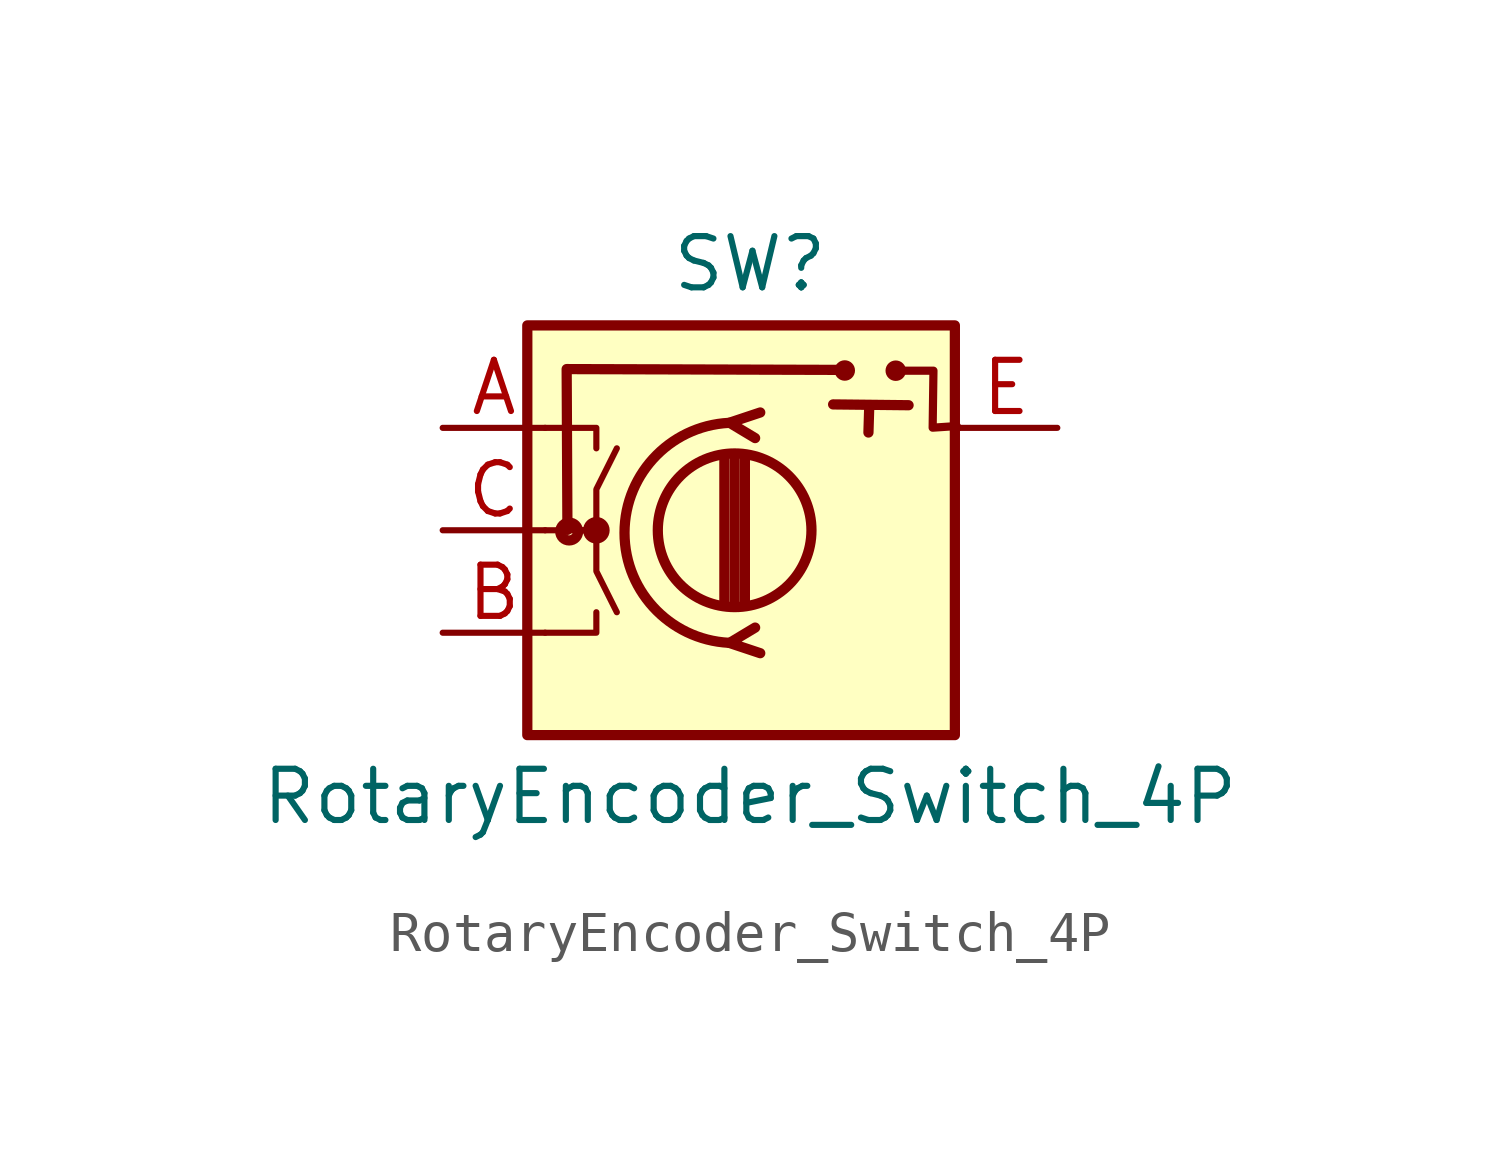
<source format=kicad_sym>
(kicad_symbol_lib
  (version 20241209)
  (generator "kicad_symbol_editor")
  (generator_version "9.0")
  (symbol "RotaryEncoder_Switch_4P"
    (pin_names
      (offset 0.254)
      (hide yes))
    (property "Reference" "SW"
      (at 0 6.604 0)
      (effects (font (size 1.27 1.27))))
    (property "Value" "RotaryEncoder_Switch_4P"
      (at 0 -6.604 0)
      (effects (font (size 1.27 1.27))))
    (symbol "RotaryEncoder_Switch_4P_0_1"
      (rectangle (start -5.522 5.08) (end 5.08 -5.079) (stroke (width 0.254) (type default)) (fill (type background)))
      (polyline (pts (xy -5.08 2.54) (xy -3.81 2.54) (xy -3.81 2.032)) (stroke (width 0) (type default)) (fill (type none)))
      (polyline (pts (xy -5.08 0) (xy -3.81 0) (xy -3.81 -1.016) (xy -3.302 -2.032)) (stroke (width 0) (type default)) (fill (type none)))
      (polyline (pts (xy -5.08 -2.54) (xy -3.81 -2.54) (xy -3.81 -2.032)) (stroke (width 0) (type default)) (fill (type none)))
      (polyline (pts (xy -4.527 0.01) (xy -4.546 3.997) (xy 2.3 3.977)) (stroke (width 0.254) (type default)) (fill (type none)))
      (circle (center -4.484 -0.031) (radius 0.094) (stroke (width 0.254) (type default)) (fill (type none)))
      (polyline (pts (xy -4.318 0) (xy -3.81 0) (xy -3.81 1.016) (xy -3.302 2.032)) (stroke (width 0) (type default)) (fill (type none)))
      (circle (center -3.81 0) (radius 0.254) (stroke (width 0) (type default)) (fill (type outline)))
      (polyline (pts (xy -0.635 -1.778) (xy -0.635 1.778)) (stroke (width 0.254) (type default)) (fill (type none)))
      (circle (center -0.381 0) (radius 1.905) (stroke (width 0.254) (type default)) (fill (type none)))
      (polyline (pts (xy -0.381 -1.778) (xy -0.381 1.778)) (stroke (width 0.254) (type default)) (fill (type none)))
      (arc (start -0.381 -2.794) (mid -3.0988 -0.0635) (end -0.381 2.667) (stroke (width 0.254) (type default)) (fill (type none)))
      (polyline (pts (xy -0.127 1.778) (xy -0.127 -1.778)) (stroke (width 0.254) (type default)) (fill (type none)))
      (polyline (pts (xy 0.254 2.921) (xy -0.508 2.667) (xy 0.127 2.286)) (stroke (width 0.254) (type default)) (fill (type none)))
      (polyline (pts (xy 0.254 -3.048) (xy -0.508 -2.794) (xy 0.127 -2.413)) (stroke (width 0.254) (type default)) (fill (type none)))
      (circle (center 2.35 3.962) (radius 0.127) (stroke (width 0.254) (type default)) (fill (type none)))
      (polyline (pts (xy 2.957 3.081) (xy 2.937 2.424)) (stroke (width 0.254) (type default)) (fill (type none)))
      (polyline (pts (xy 3.554 3.957) (xy 4.549 3.957) (xy 4.529 2.544) (xy 5.127 2.584) (xy 5.146 2.544) (xy 5.08 2.54)) (stroke (width 0.203) (type default)) (fill (type none)))
      (circle (center 3.614 3.957) (radius 0.127) (stroke (width 0.254) (type default)) (fill (type none)))
      (polyline (pts (xy 3.932 3.101) (xy 2.061 3.121)) (stroke (width 0.254) (type default)) (fill (type none))))
    (symbol "RotaryEncoder_Switch_4P_1_1"
      (pin passive line (at -7.62 2.54 0) (length 2.54) (name "A" (effects (font (size 1.27 1.27)))) (number "A" (effects (font (size 1.27 1.27)))))
      (pin passive line (at -7.62 0 0) (length 2.54) (name "C" (effects (font (size 1.27 1.27)))) (number "C" (effects (font (size 1.27 1.27)))))
      (pin passive line (at -7.62 -2.54 0) (length 2.54) (name "B" (effects (font (size 1.27 1.27)))) (number "B" (effects (font (size 1.27 1.27)))))
      (pin passive line (at 7.62 2.54 180) (length 2.54) (name "E" (effects (font (size 1.27 1.27)))) (number "E" (effects (font (size 1.27 1.27))))))))
</source>
